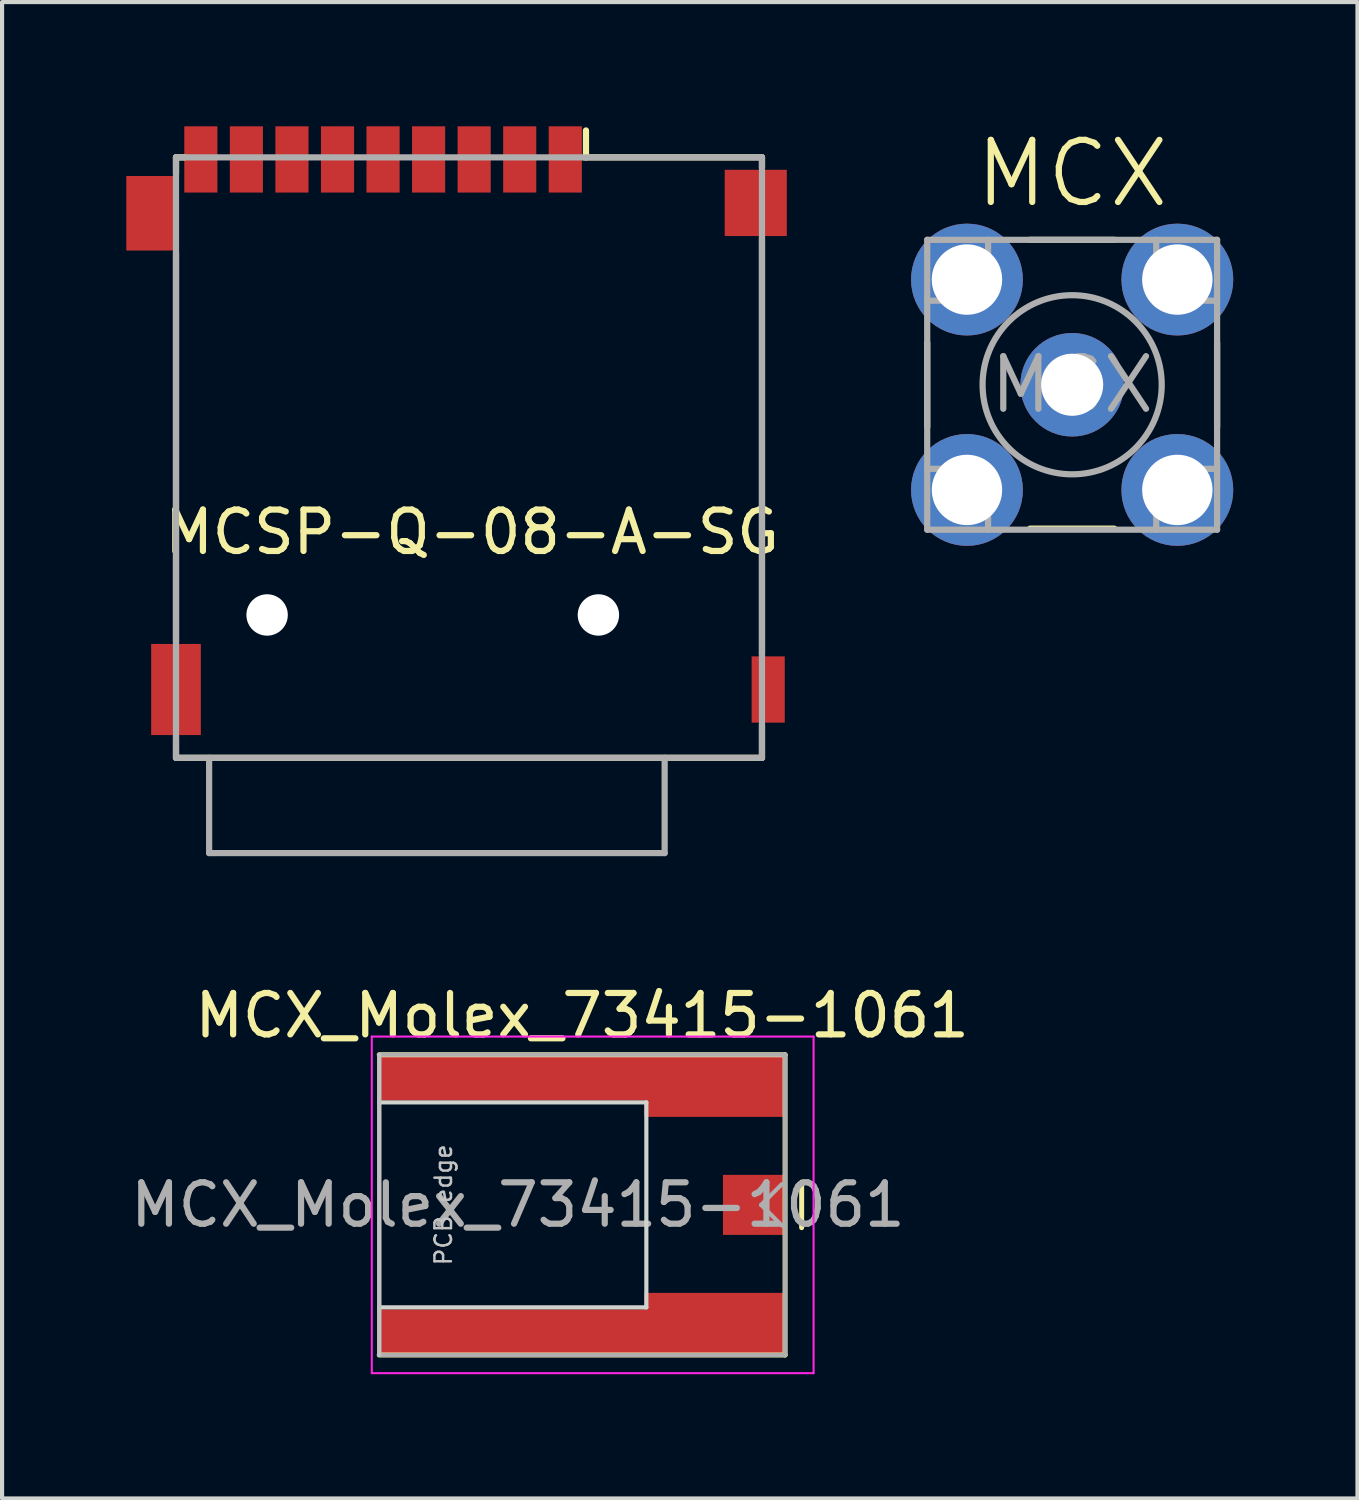
<source format=kicad_pcb>
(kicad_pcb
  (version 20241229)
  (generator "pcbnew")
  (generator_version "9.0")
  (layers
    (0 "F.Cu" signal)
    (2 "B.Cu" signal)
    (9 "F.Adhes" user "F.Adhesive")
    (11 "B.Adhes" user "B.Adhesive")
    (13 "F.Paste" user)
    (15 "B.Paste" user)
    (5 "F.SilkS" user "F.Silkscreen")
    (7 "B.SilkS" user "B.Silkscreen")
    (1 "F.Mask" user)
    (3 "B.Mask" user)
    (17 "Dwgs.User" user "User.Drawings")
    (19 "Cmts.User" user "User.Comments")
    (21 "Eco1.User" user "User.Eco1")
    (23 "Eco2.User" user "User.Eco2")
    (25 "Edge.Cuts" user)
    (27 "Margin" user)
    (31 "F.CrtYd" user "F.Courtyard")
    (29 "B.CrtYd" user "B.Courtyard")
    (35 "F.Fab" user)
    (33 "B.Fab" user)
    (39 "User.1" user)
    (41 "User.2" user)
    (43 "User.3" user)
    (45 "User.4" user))
  (footprint "MCX_Molex_73415-1061"
    (layer "F.Cu")
    (at 11.008 26.045)
    (property "Reference" "MCX_Molex_73415-1061" (at 0 -4.572 0) (layer "F.SilkS") (effects (font (size 1 1) (thickness 0.15))))
    (attr smd)
    (fp_line (start -4.9 -3.625) (end 4.9 -3.625) (stroke (width 0.12) (type solid)) (layer "F.SilkS"))
    (fp_line (start -4.9 3.625) (end 4.9 3.625) (stroke (width 0.12) (type solid)) (layer "F.SilkS"))
    (fp_line (start 4.9 3.625) (end 4.9 -3.625) (stroke (width 0.12) (type solid)) (layer "F.SilkS"))
    (fp_line (start 5.3 -0.55) (end 5.3 0.55) (stroke (width 0.12) (type solid)) (layer "F.SilkS"))
    (fp_line (start -4.9 3.625) (end -4.9 -3.625) (stroke (width 0.1) (type solid)) (layer "Dwgs.User"))
    (fp_line (start -4.9 2.475) (end 1.55 2.475) (stroke (width 0.1) (type solid)) (layer "Edge.Cuts"))
    (fp_line (start 1.55 -2.475) (end -4.9 -2.475) (stroke (width 0.1) (type solid)) (layer "Edge.Cuts"))
    (fp_line (start 1.55 2.475) (end 1.55 -2.475) (stroke (width 0.1) (type solid)) (layer "Edge.Cuts"))
    (fp_line (start -5.08 -4.064) (end -5.08 4.064) (stroke (width 0.05) (type solid)) (layer "F.CrtYd"))
    (fp_line (start -5.08 -4.064) (end 5.588 -4.064) (stroke (width 0.05) (type solid)) (layer "F.CrtYd"))
    (fp_line (start -5.08 4.064) (end 5.588 4.064) (stroke (width 0.05) (type solid)) (layer "F.CrtYd"))
    (fp_line (start 5.588 -4.064) (end 5.588 4.064) (stroke (width 0.05) (type solid)) (layer "F.CrtYd"))
    (fp_line (start -4.9 -3.625) (end -4.9 3.625) (stroke (width 0.1) (type solid)) (layer "F.Fab"))
    (fp_line (start -4.9 -3.625) (end 4.9 -3.625) (stroke (width 0.1) (type solid)) (layer "F.Fab"))
    (fp_line (start -4.9 3.625) (end 4.9 3.625) (stroke (width 0.1) (type solid)) (layer "F.Fab"))
    (fp_line (start 4.322 0) (end 4.822 -0.5) (stroke (width 0.1) (type solid)) (layer "F.Fab"))
    (fp_line (start 4.322 0) (end 4.822 0.5) (stroke (width 0.1) (type solid)) (layer "F.Fab"))
    (fp_line (start 4.9 3.625) (end 4.9 -3.625) (stroke (width 0.1) (type solid)) (layer "F.Fab"))
    (fp_text user "PCB edge" (at -3.35 0 90) (layer "Dwgs.User") (effects (font (size 0.4 0.4) (thickness 0.06))))
    (fp_text user "${REFERENCE}" (at -1.55 0 0) (layer "F.Fab") (effects (font (size 1 1) (thickness 0.15))))
    (pad "1" smd rect (at 4.15 0) (size 1.5 1.45) (layers "F.Cu" "F.Mask" "F.Paste"))
    (pad "2" smd custom (at 3.175 -2.875) (size 3.35 1.5) (layers "F.Cu" "F.Mask" "F.Paste") (options (anchor rect)) (primitives (gr_poly (pts (xy -8.125 -0.75) (xy -8.125 0.35) (xy -1.675 0.35) (xy -1.675 -0.75)) (width 0) (fill yes))))
    (pad "2" smd custom (at 3.175 2.875 180) (size 3.35 1.5) (layers "F.Cu" "F.Mask" "F.Paste") (options (anchor rect)) (primitives (gr_poly (pts (xy 8.125 -0.75) (xy 8.125 0.35) (xy 1.675 0.35) (xy 1.675 -0.75)) (width 0) (fill yes)))))
  (footprint "MCSP-Q-08-A-SG"
    (layer "F.Cu")
    (at 8.35 9.8)
    (property "Reference" "MCSP-Q-08-A-SG" (at 0 0 0) (layer "F.SilkS") (effects (font (size 1 1) (thickness 0.15))))
    (attr through_hole)
    (fp_line (start -7.15 -9.05) (end -7.15 -8.65) (stroke (width 0.15) (type solid)) (layer "F.SilkS"))
    (fp_line (start -7.15 2.65) (end -7.15 -6.75) (stroke (width 0.15) (type solid)) (layer "F.SilkS"))
    (fp_line (start -7.15 5.45) (end -7.15 4.95) (stroke (width 0.15) (type solid)) (layer "F.SilkS"))
    (fp_line (start -6.95 -9.05) (end -7.15 -9.05) (stroke (width 0.15) (type solid)) (layer "F.SilkS"))
    (fp_line (start 2.7 -9.05) (end 7 -9.05) (stroke (width 0.15) (type solid)) (layer "F.SilkS"))
    (fp_line (start 2.75 -9.05) (end 2.75 -9.7) (stroke (width 0.15) (type solid)) (layer "F.SilkS"))
    (fp_line (start 7 -9.05) (end 7 -8.8) (stroke (width 0.15) (type solid)) (layer "F.SilkS"))
    (fp_line (start 7 2.95) (end 7 -7.1) (stroke (width 0.15) (type solid)) (layer "F.SilkS"))
    (fp_line (start 7 5.45) (end -7.15 5.45) (stroke (width 0.15) (type solid)) (layer "F.SilkS"))
    (fp_line (start 7 5.45) (end 7 4.65) (stroke (width 0.15) (type solid)) (layer "F.SilkS"))
    (fp_line (start -7.15 -9.05) (end 7 -9.05) (stroke (width 0.15) (type solid)) (layer "F.Fab"))
    (fp_line (start -7.15 5.45) (end -7.15 -9.05) (stroke (width 0.15) (type solid)) (layer "F.Fab"))
    (fp_line (start -6.35 5.45) (end -6.35 7.75) (stroke (width 0.15) (type solid)) (layer "F.Fab"))
    (fp_line (start -6.35 7.75) (end 4.65 7.75) (stroke (width 0.15) (type solid)) (layer "F.Fab"))
    (fp_line (start 4.65 7.75) (end 4.65 5.45) (stroke (width 0.15) (type solid)) (layer "F.Fab"))
    (fp_line (start 7 -9.05) (end 7 5.45) (stroke (width 0.15) (type solid)) (layer "F.Fab"))
    (fp_line (start 7 5.45) (end -7.15 5.45) (stroke (width 0.15) (type solid)) (layer "F.Fab"))
    (pad "" np_thru_hole circle (at -4.95 2) (size 1 1) (drill 1) (layers "*.Cu" "*.Mask"))
    (pad "" np_thru_hole circle (at 3.05 2) (size 1 1) (drill 1) (layers "*.Cu" "*.Mask"))
    (pad "1" smd rect (at 2.25 -9 180) (size 0.8 1.6) (layers "F.Cu" "F.Mask" "F.Paste"))
    (pad "2" smd rect (at 1.15 -9 180) (size 0.8 1.6) (layers "F.Cu" "F.Mask" "F.Paste"))
    (pad "3" smd rect (at 0.05 -9 180) (size 0.8 1.6) (layers "F.Cu" "F.Mask" "F.Paste"))
    (pad "4" smd rect (at -1.05 -9 180) (size 0.8 1.6) (layers "F.Cu" "F.Mask" "F.Paste"))
    (pad "5" smd rect (at -2.15 -9 180) (size 0.8 1.6) (layers "F.Cu" "F.Mask" "F.Paste"))
    (pad "6" smd rect (at -3.25 -9 180) (size 0.8 1.6) (layers "F.Cu" "F.Mask" "F.Paste"))
    (pad "7" smd rect (at -4.35 -9 180) (size 0.8 1.6) (layers "F.Cu" "F.Mask" "F.Paste"))
    (pad "8" smd rect (at -5.45 -9 180) (size 0.8 1.6) (layers "F.Cu" "F.Mask" "F.Paste"))
    (pad "9" smd rect (at -6.55 -9 180) (size 0.8 1.6) (layers "F.Cu" "F.Mask" "F.Paste"))
    (pad "10" smd rect (at -7.75 -7.7) (size 1.2 1.8) (layers "F.Cu" "F.Mask" "F.Paste"))
    (pad "10" smd rect (at -7.15 3.8) (size 1.2 2.2) (layers "F.Cu" "F.Mask" "F.Paste"))
    (pad "10" smd rect (at 6.85 -7.95) (size 1.5 1.6) (layers "F.Cu" "F.Mask" "F.Paste"))
    (pad "10" smd rect (at 7.15 3.8 180) (size 0.8 1.6) (layers "F.Cu" "F.Mask" "F.Paste")))
  (footprint "MCX"
    (layer "F.Cu")
    (at 22.84 6.241)
    (property "Reference" "MCX" (at 0 -5.1 0) (layer "F.SilkS") (effects (font (size 1.5 1.5) (thickness 0.15))))
    (attr through_hole)
    (fp_line (start -3.5 -1.016) (end -3.5 1.016) (stroke (width 0.15) (type solid)) (layer "F.SilkS"))
    (fp_line (start -1.016 3.475) (end 1.016 3.475) (stroke (width 0.15) (type solid)) (layer "F.SilkS"))
    (fp_line (start 1.016 -3.5) (end -1.016 -3.5) (stroke (width 0.15) (type solid)) (layer "F.SilkS"))
    (fp_line (start 3.5 1.016) (end 3.5 -1.016) (stroke (width 0.15) (type solid)) (layer "F.SilkS"))
    (fp_line (start -3.5 -3.5) (end -3.5 3.5) (stroke (width 0.15) (type solid)) (layer "F.Fab"))
    (fp_line (start -3.5 2.03) (end -2.03 2.03) (stroke (width 0.15) (type solid)) (layer "F.Fab"))
    (fp_line (start -3.5 3.5) (end 3.5 3.5) (stroke (width 0.15) (type solid)) (layer "F.Fab"))
    (fp_line (start -3.05 -3.05) (end -3.05 -2.03) (stroke (width 0.15) (type solid)) (layer "F.Fab"))
    (fp_line (start -3.05 3.05) (end -3.05 2.03) (stroke (width 0.15) (type solid)) (layer "F.Fab"))
    (fp_line (start -2.03 -3.5) (end -2.03 -2.03) (stroke (width 0.15) (type solid)) (layer "F.Fab"))
    (fp_line (start -2.03 -3.05) (end -3.05 -3.05) (stroke (width 0.15) (type solid)) (layer "F.Fab"))
    (fp_line (start -2.03 -2.03) (end -3.5 -2.03) (stroke (width 0.15) (type solid)) (layer "F.Fab"))
    (fp_line (start -2.03 2.03) (end -2.03 3.5) (stroke (width 0.15) (type solid)) (layer "F.Fab"))
    (fp_line (start -2.03 3.05) (end -3.05 3.05) (stroke (width 0.15) (type solid)) (layer "F.Fab"))
    (fp_line (start 2.03 -3.5) (end 2.03 -2.03) (stroke (width 0.15) (type solid)) (layer "F.Fab"))
    (fp_line (start 2.03 -2.03) (end 3.5 -2.03) (stroke (width 0.15) (type solid)) (layer "F.Fab"))
    (fp_line (start 2.03 2.03) (end 3.5 2.03) (stroke (width 0.15) (type solid)) (layer "F.Fab"))
    (fp_line (start 2.03 3.05) (end 3.05 3.05) (stroke (width 0.15) (type solid)) (layer "F.Fab"))
    (fp_line (start 2.03 3.5) (end 2.03 2.03) (stroke (width 0.15) (type solid)) (layer "F.Fab"))
    (fp_line (start 3.05 -3.05) (end 2.03 -3.05) (stroke (width 0.15) (type solid)) (layer "F.Fab"))
    (fp_line (start 3.05 -3.05) (end 3.05 -2.03) (stroke (width 0.15) (type solid)) (layer "F.Fab"))
    (fp_line (start 3.05 3.05) (end 3.05 2.03) (stroke (width 0.15) (type solid)) (layer "F.Fab"))
    (fp_line (start 3.5 -3.5) (end -3.5 -3.5) (stroke (width 0.15) (type solid)) (layer "F.Fab"))
    (fp_line (start 3.5 3.5) (end 3.5 -3.5) (stroke (width 0.15) (type solid)) (layer "F.Fab"))
    (fp_circle (center 0 0) (end 2.163 0) (stroke (width 0.15) (type solid)) (fill no) (layer "F.Fab"))
    (fp_text user "${REFERENCE}" (at 0 0 0) (layer "F.Fab") (effects (font (size 1.27 1.27) (thickness 0.15))))
    (pad "1" thru_hole circle (at 0 0 180) (size 2.5 2.5) (drill 1.5) (layers "*.Cu" "*.Mask"))
    (pad "2" thru_hole circle (at -2.54 -2.54 180) (size 2.7 2.7) (drill 1.7) (layers "*.Cu" "*.Mask"))
    (pad "2" thru_hole circle (at -2.54 2.54 180) (size 2.7 2.7) (drill 1.7) (layers "*.Cu" "*.Mask"))
    (pad "2" thru_hole circle (at 2.54 -2.54 180) (size 2.7 2.7) (drill 1.7) (layers "*.Cu" "*.Mask"))
    (pad "2" thru_hole circle (at 2.54 2.54 180) (size 2.7 2.7) (drill 1.7) (layers "*.Cu" "*.Mask")))
  (gr_rect
    (start -3 -3)
    (end 29.73 33.134)
    (stroke (width 0.1) (type default))
    (fill no)
    (layer "Edge.Cuts")))
</source>
